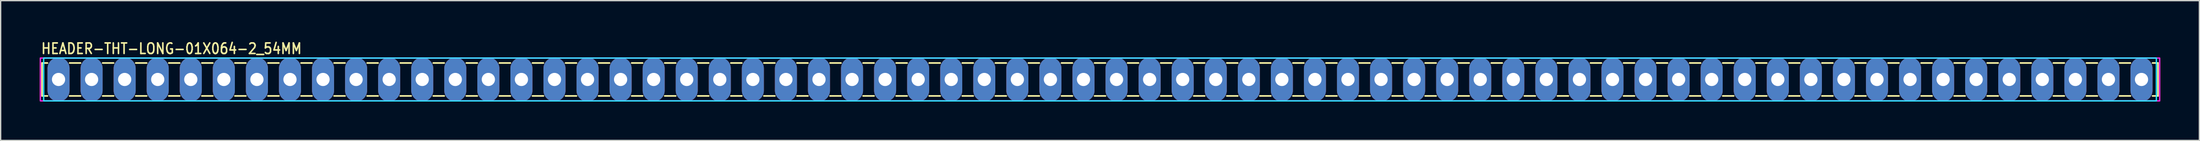
<source format=kicad_pcb>
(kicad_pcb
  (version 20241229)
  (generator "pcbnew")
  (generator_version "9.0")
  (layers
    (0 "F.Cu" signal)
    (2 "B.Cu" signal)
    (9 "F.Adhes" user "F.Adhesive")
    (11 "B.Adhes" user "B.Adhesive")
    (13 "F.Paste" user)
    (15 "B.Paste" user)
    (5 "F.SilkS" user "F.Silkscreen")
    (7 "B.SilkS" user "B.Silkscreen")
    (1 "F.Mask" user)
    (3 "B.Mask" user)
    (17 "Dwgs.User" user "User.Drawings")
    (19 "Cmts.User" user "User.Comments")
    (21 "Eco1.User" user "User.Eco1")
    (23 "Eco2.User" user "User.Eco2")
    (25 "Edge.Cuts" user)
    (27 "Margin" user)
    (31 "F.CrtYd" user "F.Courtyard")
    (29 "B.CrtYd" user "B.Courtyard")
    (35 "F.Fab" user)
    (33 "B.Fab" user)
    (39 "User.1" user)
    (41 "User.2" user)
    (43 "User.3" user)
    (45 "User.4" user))
  (footprint "HEADER-THT-LONG-01X064-2_54MM"
    (layer "F.Cu")
    (at 1.447 3.079)
    (property "Reference" "HEADER-THT-LONG-01X064-2_54MM" (at -1.4 -1.9 0) (unlocked yes) (layer "F.SilkS") (effects (font (size 0.813 0.695) (thickness 0.122)) (justify left bottom)))
    (fp_line (start -1.27 -1.27) (end -1.27 1.27) (stroke (width 0.127) (type solid)) (layer "F.SilkS"))
    (fp_line (start -1.27 1.27) (end -0.85 1.27) (stroke (width 0.127) (type solid)) (layer "F.SilkS"))
    (fp_line (start -0.85 -1.27) (end -1.27 -1.27) (stroke (width 0.127) (type solid)) (layer "F.SilkS"))
    (fp_line (start 0.85 -1.27) (end 1.69 -1.27) (stroke (width 0.127) (type solid)) (layer "F.SilkS"))
    (fp_line (start 0.85 1.27) (end 1.69 1.27) (stroke (width 0.127) (type solid)) (layer "F.SilkS"))
    (fp_line (start 3.39 -1.27) (end 4.23 -1.27) (stroke (width 0.127) (type solid)) (layer "F.SilkS"))
    (fp_line (start 3.39 1.27) (end 4.23 1.27) (stroke (width 0.127) (type solid)) (layer "F.SilkS"))
    (fp_line (start 5.93 -1.27) (end 6.77 -1.27) (stroke (width 0.127) (type solid)) (layer "F.SilkS"))
    (fp_line (start 5.93 1.27) (end 6.77 1.27) (stroke (width 0.127) (type solid)) (layer "F.SilkS"))
    (fp_line (start 8.47 -1.27) (end 9.31 -1.27) (stroke (width 0.127) (type solid)) (layer "F.SilkS"))
    (fp_line (start 8.47 1.27) (end 9.31 1.27) (stroke (width 0.127) (type solid)) (layer "F.SilkS"))
    (fp_line (start 11.01 -1.27) (end 11.85 -1.27) (stroke (width 0.127) (type solid)) (layer "F.SilkS"))
    (fp_line (start 11.01 1.27) (end 11.85 1.27) (stroke (width 0.127) (type solid)) (layer "F.SilkS"))
    (fp_line (start 13.55 -1.27) (end 14.39 -1.27) (stroke (width 0.127) (type solid)) (layer "F.SilkS"))
    (fp_line (start 13.55 1.27) (end 14.39 1.27) (stroke (width 0.127) (type solid)) (layer "F.SilkS"))
    (fp_line (start 16.09 -1.27) (end 16.93 -1.27) (stroke (width 0.127) (type solid)) (layer "F.SilkS"))
    (fp_line (start 16.09 1.27) (end 16.93 1.27) (stroke (width 0.127) (type solid)) (layer "F.SilkS"))
    (fp_line (start 18.63 -1.27) (end 19.47 -1.27) (stroke (width 0.127) (type solid)) (layer "F.SilkS"))
    (fp_line (start 18.63 1.27) (end 19.47 1.27) (stroke (width 0.127) (type solid)) (layer "F.SilkS"))
    (fp_line (start 21.17 -1.27) (end 22.01 -1.27) (stroke (width 0.127) (type solid)) (layer "F.SilkS"))
    (fp_line (start 21.17 1.27) (end 22.01 1.27) (stroke (width 0.127) (type solid)) (layer "F.SilkS"))
    (fp_line (start 23.71 -1.27) (end 24.55 -1.27) (stroke (width 0.127) (type solid)) (layer "F.SilkS"))
    (fp_line (start 23.71 1.27) (end 24.55 1.27) (stroke (width 0.127) (type solid)) (layer "F.SilkS"))
    (fp_line (start 26.25 -1.27) (end 27.09 -1.27) (stroke (width 0.127) (type solid)) (layer "F.SilkS"))
    (fp_line (start 26.25 1.27) (end 27.09 1.27) (stroke (width 0.127) (type solid)) (layer "F.SilkS"))
    (fp_line (start 28.79 -1.27) (end 29.63 -1.27) (stroke (width 0.127) (type solid)) (layer "F.SilkS"))
    (fp_line (start 28.79 1.27) (end 29.63 1.27) (stroke (width 0.127) (type solid)) (layer "F.SilkS"))
    (fp_line (start 31.33 -1.27) (end 32.17 -1.27) (stroke (width 0.127) (type solid)) (layer "F.SilkS"))
    (fp_line (start 31.33 1.27) (end 32.17 1.27) (stroke (width 0.127) (type solid)) (layer "F.SilkS"))
    (fp_line (start 33.87 -1.27) (end 34.71 -1.27) (stroke (width 0.127) (type solid)) (layer "F.SilkS"))
    (fp_line (start 33.87 1.27) (end 34.71 1.27) (stroke (width 0.127) (type solid)) (layer "F.SilkS"))
    (fp_line (start 36.41 -1.27) (end 37.25 -1.27) (stroke (width 0.127) (type solid)) (layer "F.SilkS"))
    (fp_line (start 36.41 1.27) (end 37.25 1.27) (stroke (width 0.127) (type solid)) (layer "F.SilkS"))
    (fp_line (start 38.95 -1.27) (end 39.79 -1.27) (stroke (width 0.127) (type solid)) (layer "F.SilkS"))
    (fp_line (start 38.95 1.27) (end 39.79 1.27) (stroke (width 0.127) (type solid)) (layer "F.SilkS"))
    (fp_line (start 41.49 -1.27) (end 42.33 -1.27) (stroke (width 0.127) (type solid)) (layer "F.SilkS"))
    (fp_line (start 41.49 1.27) (end 42.33 1.27) (stroke (width 0.127) (type solid)) (layer "F.SilkS"))
    (fp_line (start 44.03 -1.27) (end 44.87 -1.27) (stroke (width 0.127) (type solid)) (layer "F.SilkS"))
    (fp_line (start 44.03 1.27) (end 44.87 1.27) (stroke (width 0.127) (type solid)) (layer "F.SilkS"))
    (fp_line (start 46.57 -1.27) (end 47.41 -1.27) (stroke (width 0.127) (type solid)) (layer "F.SilkS"))
    (fp_line (start 46.57 1.27) (end 47.41 1.27) (stroke (width 0.127) (type solid)) (layer "F.SilkS"))
    (fp_line (start 49.11 -1.27) (end 49.95 -1.27) (stroke (width 0.127) (type solid)) (layer "F.SilkS"))
    (fp_line (start 49.11 1.27) (end 49.95 1.27) (stroke (width 0.127) (type solid)) (layer "F.SilkS"))
    (fp_line (start 51.65 -1.27) (end 52.49 -1.27) (stroke (width 0.127) (type solid)) (layer "F.SilkS"))
    (fp_line (start 51.65 1.27) (end 52.49 1.27) (stroke (width 0.127) (type solid)) (layer "F.SilkS"))
    (fp_line (start 54.19 -1.27) (end 55.03 -1.27) (stroke (width 0.127) (type solid)) (layer "F.SilkS"))
    (fp_line (start 54.19 1.27) (end 55.03 1.27) (stroke (width 0.127) (type solid)) (layer "F.SilkS"))
    (fp_line (start 56.73 -1.27) (end 57.57 -1.27) (stroke (width 0.127) (type solid)) (layer "F.SilkS"))
    (fp_line (start 56.73 1.27) (end 57.57 1.27) (stroke (width 0.127) (type solid)) (layer "F.SilkS"))
    (fp_line (start 59.27 -1.27) (end 60.11 -1.27) (stroke (width 0.127) (type solid)) (layer "F.SilkS"))
    (fp_line (start 59.27 1.27) (end 60.11 1.27) (stroke (width 0.127) (type solid)) (layer "F.SilkS"))
    (fp_line (start 61.81 -1.27) (end 62.65 -1.27) (stroke (width 0.127) (type solid)) (layer "F.SilkS"))
    (fp_line (start 61.81 1.27) (end 62.65 1.27) (stroke (width 0.127) (type solid)) (layer "F.SilkS"))
    (fp_line (start 64.35 -1.27) (end 65.19 -1.27) (stroke (width 0.127) (type solid)) (layer "F.SilkS"))
    (fp_line (start 64.35 1.27) (end 65.19 1.27) (stroke (width 0.127) (type solid)) (layer "F.SilkS"))
    (fp_line (start 66.89 -1.27) (end 67.73 -1.27) (stroke (width 0.127) (type solid)) (layer "F.SilkS"))
    (fp_line (start 66.89 1.27) (end 67.73 1.27) (stroke (width 0.127) (type solid)) (layer "F.SilkS"))
    (fp_line (start 69.43 -1.27) (end 70.27 -1.27) (stroke (width 0.127) (type solid)) (layer "F.SilkS"))
    (fp_line (start 69.43 1.27) (end 70.27 1.27) (stroke (width 0.127) (type solid)) (layer "F.SilkS"))
    (fp_line (start 71.97 -1.27) (end 72.81 -1.27) (stroke (width 0.127) (type solid)) (layer "F.SilkS"))
    (fp_line (start 71.97 1.27) (end 72.81 1.27) (stroke (width 0.127) (type solid)) (layer "F.SilkS"))
    (fp_line (start 74.51 -1.27) (end 75.35 -1.27) (stroke (width 0.127) (type solid)) (layer "F.SilkS"))
    (fp_line (start 74.51 1.27) (end 75.35 1.27) (stroke (width 0.127) (type solid)) (layer "F.SilkS"))
    (fp_line (start 77.05 -1.27) (end 77.89 -1.27) (stroke (width 0.127) (type solid)) (layer "F.SilkS"))
    (fp_line (start 77.05 1.27) (end 77.89 1.27) (stroke (width 0.127) (type solid)) (layer "F.SilkS"))
    (fp_line (start 79.59 -1.27) (end 80.43 -1.27) (stroke (width 0.127) (type solid)) (layer "F.SilkS"))
    (fp_line (start 79.59 1.27) (end 80.43 1.27) (stroke (width 0.127) (type solid)) (layer "F.SilkS"))
    (fp_line (start 82.13 -1.27) (end 82.97 -1.27) (stroke (width 0.127) (type solid)) (layer "F.SilkS"))
    (fp_line (start 82.13 1.27) (end 82.97 1.27) (stroke (width 0.127) (type solid)) (layer "F.SilkS"))
    (fp_line (start 84.67 -1.27) (end 85.51 -1.27) (stroke (width 0.127) (type solid)) (layer "F.SilkS"))
    (fp_line (start 84.67 1.27) (end 85.51 1.27) (stroke (width 0.127) (type solid)) (layer "F.SilkS"))
    (fp_line (start 87.21 -1.27) (end 88.05 -1.27) (stroke (width 0.127) (type solid)) (layer "F.SilkS"))
    (fp_line (start 87.21 1.27) (end 88.05 1.27) (stroke (width 0.127) (type solid)) (layer "F.SilkS"))
    (fp_line (start 89.75 -1.27) (end 90.59 -1.27) (stroke (width 0.127) (type solid)) (layer "F.SilkS"))
    (fp_line (start 89.75 1.27) (end 90.59 1.27) (stroke (width 0.127) (type solid)) (layer "F.SilkS"))
    (fp_line (start 92.29 -1.27) (end 93.13 -1.27) (stroke (width 0.127) (type solid)) (layer "F.SilkS"))
    (fp_line (start 92.29 1.27) (end 93.13 1.27) (stroke (width 0.127) (type solid)) (layer "F.SilkS"))
    (fp_line (start 94.83 -1.27) (end 95.67 -1.27) (stroke (width 0.127) (type solid)) (layer "F.SilkS"))
    (fp_line (start 94.83 1.27) (end 95.67 1.27) (stroke (width 0.127) (type solid)) (layer "F.SilkS"))
    (fp_line (start 97.37 -1.27) (end 98.21 -1.27) (stroke (width 0.127) (type solid)) (layer "F.SilkS"))
    (fp_line (start 97.37 1.27) (end 98.21 1.27) (stroke (width 0.127) (type solid)) (layer "F.SilkS"))
    (fp_line (start 99.91 -1.27) (end 100.75 -1.27) (stroke (width 0.127) (type solid)) (layer "F.SilkS"))
    (fp_line (start 99.91 1.27) (end 100.75 1.27) (stroke (width 0.127) (type solid)) (layer "F.SilkS"))
    (fp_line (start 102.45 -1.27) (end 103.29 -1.27) (stroke (width 0.127) (type solid)) (layer "F.SilkS"))
    (fp_line (start 102.45 1.27) (end 103.29 1.27) (stroke (width 0.127) (type solid)) (layer "F.SilkS"))
    (fp_line (start 104.99 -1.27) (end 105.83 -1.27) (stroke (width 0.127) (type solid)) (layer "F.SilkS"))
    (fp_line (start 104.99 1.27) (end 105.83 1.27) (stroke (width 0.127) (type solid)) (layer "F.SilkS"))
    (fp_line (start 107.53 -1.27) (end 108.37 -1.27) (stroke (width 0.127) (type solid)) (layer "F.SilkS"))
    (fp_line (start 107.53 1.27) (end 108.37 1.27) (stroke (width 0.127) (type solid)) (layer "F.SilkS"))
    (fp_line (start 110.07 -1.27) (end 110.91 -1.27) (stroke (width 0.127) (type solid)) (layer "F.SilkS"))
    (fp_line (start 110.07 1.27) (end 110.91 1.27) (stroke (width 0.127) (type solid)) (layer "F.SilkS"))
    (fp_line (start 112.61 -1.27) (end 113.45 -1.27) (stroke (width 0.127) (type solid)) (layer "F.SilkS"))
    (fp_line (start 112.61 1.27) (end 113.45 1.27) (stroke (width 0.127) (type solid)) (layer "F.SilkS"))
    (fp_line (start 115.15 -1.27) (end 115.99 -1.27) (stroke (width 0.127) (type solid)) (layer "F.SilkS"))
    (fp_line (start 115.15 1.27) (end 115.99 1.27) (stroke (width 0.127) (type solid)) (layer "F.SilkS"))
    (fp_line (start 117.69 -1.27) (end 118.53 -1.27) (stroke (width 0.127) (type solid)) (layer "F.SilkS"))
    (fp_line (start 117.69 1.27) (end 118.53 1.27) (stroke (width 0.127) (type solid)) (layer "F.SilkS"))
    (fp_line (start 120.23 -1.27) (end 121.07 -1.27) (stroke (width 0.127) (type solid)) (layer "F.SilkS"))
    (fp_line (start 120.23 1.27) (end 121.07 1.27) (stroke (width 0.127) (type solid)) (layer "F.SilkS"))
    (fp_line (start 122.77 -1.27) (end 123.61 -1.27) (stroke (width 0.127) (type solid)) (layer "F.SilkS"))
    (fp_line (start 122.77 1.27) (end 123.61 1.27) (stroke (width 0.127) (type solid)) (layer "F.SilkS"))
    (fp_line (start 125.31 -1.27) (end 126.15 -1.27) (stroke (width 0.127) (type solid)) (layer "F.SilkS"))
    (fp_line (start 125.31 1.27) (end 126.15 1.27) (stroke (width 0.127) (type solid)) (layer "F.SilkS"))
    (fp_line (start 127.85 -1.27) (end 128.69 -1.27) (stroke (width 0.127) (type solid)) (layer "F.SilkS"))
    (fp_line (start 127.85 1.27) (end 128.69 1.27) (stroke (width 0.127) (type solid)) (layer "F.SilkS"))
    (fp_line (start 130.39 -1.27) (end 131.23 -1.27) (stroke (width 0.127) (type solid)) (layer "F.SilkS"))
    (fp_line (start 130.39 1.27) (end 131.23 1.27) (stroke (width 0.127) (type solid)) (layer "F.SilkS"))
    (fp_line (start 132.93 -1.27) (end 133.77 -1.27) (stroke (width 0.127) (type solid)) (layer "F.SilkS"))
    (fp_line (start 132.93 1.27) (end 133.77 1.27) (stroke (width 0.127) (type solid)) (layer "F.SilkS"))
    (fp_line (start 135.47 -1.27) (end 136.31 -1.27) (stroke (width 0.127) (type solid)) (layer "F.SilkS"))
    (fp_line (start 135.47 1.27) (end 136.31 1.27) (stroke (width 0.127) (type solid)) (layer "F.SilkS"))
    (fp_line (start 138.01 -1.27) (end 138.85 -1.27) (stroke (width 0.127) (type solid)) (layer "F.SilkS"))
    (fp_line (start 138.01 1.27) (end 138.85 1.27) (stroke (width 0.127) (type solid)) (layer "F.SilkS"))
    (fp_line (start 140.55 -1.27) (end 141.39 -1.27) (stroke (width 0.127) (type solid)) (layer "F.SilkS"))
    (fp_line (start 140.55 1.27) (end 141.39 1.27) (stroke (width 0.127) (type solid)) (layer "F.SilkS"))
    (fp_line (start 143.09 -1.27) (end 143.93 -1.27) (stroke (width 0.127) (type solid)) (layer "F.SilkS"))
    (fp_line (start 143.09 1.27) (end 143.93 1.27) (stroke (width 0.127) (type solid)) (layer "F.SilkS"))
    (fp_line (start 145.63 -1.27) (end 146.47 -1.27) (stroke (width 0.127) (type solid)) (layer "F.SilkS"))
    (fp_line (start 145.63 1.27) (end 146.47 1.27) (stroke (width 0.127) (type solid)) (layer "F.SilkS"))
    (fp_line (start 148.17 -1.27) (end 149.01 -1.27) (stroke (width 0.127) (type solid)) (layer "F.SilkS"))
    (fp_line (start 148.17 1.27) (end 149.01 1.27) (stroke (width 0.127) (type solid)) (layer "F.SilkS"))
    (fp_line (start 150.71 -1.27) (end 151.55 -1.27) (stroke (width 0.127) (type solid)) (layer "F.SilkS"))
    (fp_line (start 150.71 1.27) (end 151.55 1.27) (stroke (width 0.127) (type solid)) (layer "F.SilkS"))
    (fp_line (start 153.25 -1.27) (end 154.09 -1.27) (stroke (width 0.127) (type solid)) (layer "F.SilkS"))
    (fp_line (start 153.25 1.27) (end 154.09 1.27) (stroke (width 0.127) (type solid)) (layer "F.SilkS"))
    (fp_line (start 155.79 -1.27) (end 156.63 -1.27) (stroke (width 0.127) (type solid)) (layer "F.SilkS"))
    (fp_line (start 155.79 1.27) (end 156.63 1.27) (stroke (width 0.127) (type solid)) (layer "F.SilkS"))
    (fp_line (start 158.33 -1.27) (end 159.17 -1.27) (stroke (width 0.127) (type solid)) (layer "F.SilkS"))
    (fp_line (start 158.33 1.27) (end 159.17 1.27) (stroke (width 0.127) (type solid)) (layer "F.SilkS"))
    (fp_line (start 160.87 -1.27) (end 161.29 -1.27) (stroke (width 0.127) (type solid)) (layer "F.SilkS"))
    (fp_line (start 161.29 -1.27) (end 161.29 1.27) (stroke (width 0.127) (type solid)) (layer "F.SilkS"))
    (fp_line (start 161.29 1.27) (end 160.87 1.27) (stroke (width 0.127) (type solid)) (layer "F.SilkS"))
    (fp_poly (pts (xy -1.143 -1.651) (xy 161.163 -1.651) (xy 161.163 1.651) (xy -1.143 1.651)) (stroke (width 0.1) (type solid)) (fill no) (layer "B.CrtYd"))
    (fp_poly (pts (xy -1.397 -1.651) (xy 161.417 -1.651) (xy 161.417 1.651) (xy -1.397 1.651)) (stroke (width 0.1) (type solid)) (fill no) (layer "F.CrtYd"))
    (pad "1" thru_hole oval (at 0 0 90) (size 3.387 1.693) (drill 1.016) (layers "*.Cu" "*.Mask"))
    (pad "2" thru_hole oval (at 2.54 0 90) (size 3.387 1.693) (drill 1.016) (layers "*.Cu" "*.Mask"))
    (pad "3" thru_hole oval (at 5.08 0 90) (size 3.387 1.693) (drill 1.016) (layers "*.Cu" "*.Mask"))
    (pad "4" thru_hole oval (at 7.62 0 90) (size 3.387 1.693) (drill 1.016) (layers "*.Cu" "*.Mask"))
    (pad "5" thru_hole oval (at 10.16 0 90) (size 3.387 1.693) (drill 1.016) (layers "*.Cu" "*.Mask"))
    (pad "6" thru_hole oval (at 12.7 0 90) (size 3.387 1.693) (drill 1.016) (layers "*.Cu" "*.Mask"))
    (pad "7" thru_hole oval (at 15.24 0 90) (size 3.387 1.693) (drill 1.016) (layers "*.Cu" "*.Mask"))
    (pad "8" thru_hole oval (at 17.78 0 90) (size 3.387 1.693) (drill 1.016) (layers "*.Cu" "*.Mask"))
    (pad "9" thru_hole oval (at 20.32 0 90) (size 3.387 1.693) (drill 1.016) (layers "*.Cu" "*.Mask"))
    (pad "10" thru_hole oval (at 22.86 0 90) (size 3.387 1.693) (drill 1.016) (layers "*.Cu" "*.Mask"))
    (pad "11" thru_hole oval (at 25.4 0 90) (size 3.387 1.693) (drill 1.016) (layers "*.Cu" "*.Mask"))
    (pad "12" thru_hole oval (at 27.94 0 90) (size 3.387 1.693) (drill 1.016) (layers "*.Cu" "*.Mask"))
    (pad "13" thru_hole oval (at 30.48 0 90) (size 3.387 1.693) (drill 1.016) (layers "*.Cu" "*.Mask"))
    (pad "14" thru_hole oval (at 33.02 0 90) (size 3.387 1.693) (drill 1.016) (layers "*.Cu" "*.Mask"))
    (pad "15" thru_hole oval (at 35.56 0 90) (size 3.387 1.693) (drill 1.016) (layers "*.Cu" "*.Mask"))
    (pad "16" thru_hole oval (at 38.1 0 90) (size 3.387 1.693) (drill 1.016) (layers "*.Cu" "*.Mask"))
    (pad "17" thru_hole oval (at 40.64 0 90) (size 3.387 1.693) (drill 1.016) (layers "*.Cu" "*.Mask"))
    (pad "18" thru_hole oval (at 43.18 0 90) (size 3.387 1.693) (drill 1.016) (layers "*.Cu" "*.Mask"))
    (pad "19" thru_hole oval (at 45.72 0 90) (size 3.387 1.693) (drill 1.016) (layers "*.Cu" "*.Mask"))
    (pad "20" thru_hole oval (at 48.26 0 90) (size 3.387 1.693) (drill 1.016) (layers "*.Cu" "*.Mask"))
    (pad "21" thru_hole oval (at 50.8 0 90) (size 3.387 1.693) (drill 1.016) (layers "*.Cu" "*.Mask"))
    (pad "22" thru_hole oval (at 53.34 0 90) (size 3.387 1.693) (drill 1.016) (layers "*.Cu" "*.Mask"))
    (pad "23" thru_hole oval (at 55.88 0 90) (size 3.387 1.693) (drill 1.016) (layers "*.Cu" "*.Mask"))
    (pad "24" thru_hole oval (at 58.42 0 90) (size 3.387 1.693) (drill 1.016) (layers "*.Cu" "*.Mask"))
    (pad "25" thru_hole oval (at 60.96 0 90) (size 3.387 1.693) (drill 1.016) (layers "*.Cu" "*.Mask"))
    (pad "26" thru_hole oval (at 63.5 0 90) (size 3.387 1.693) (drill 1.016) (layers "*.Cu" "*.Mask"))
    (pad "27" thru_hole oval (at 66.04 0 90) (size 3.387 1.693) (drill 1.016) (layers "*.Cu" "*.Mask"))
    (pad "28" thru_hole oval (at 68.58 0 90) (size 3.387 1.693) (drill 1.016) (layers "*.Cu" "*.Mask"))
    (pad "29" thru_hole oval (at 71.12 0 90) (size 3.387 1.693) (drill 1.016) (layers "*.Cu" "*.Mask"))
    (pad "30" thru_hole oval (at 73.66 0 90) (size 3.387 1.693) (drill 1.016) (layers "*.Cu" "*.Mask"))
    (pad "31" thru_hole oval (at 76.2 0 90) (size 3.387 1.693) (drill 1.016) (layers "*.Cu" "*.Mask"))
    (pad "32" thru_hole oval (at 78.74 0 90) (size 3.387 1.693) (drill 1.016) (layers "*.Cu" "*.Mask"))
    (pad "33" thru_hole oval (at 81.28 0 90) (size 3.387 1.693) (drill 1.016) (layers "*.Cu" "*.Mask"))
    (pad "34" thru_hole oval (at 83.82 0 90) (size 3.387 1.693) (drill 1.016) (layers "*.Cu" "*.Mask"))
    (pad "35" thru_hole oval (at 86.36 0 90) (size 3.387 1.693) (drill 1.016) (layers "*.Cu" "*.Mask"))
    (pad "36" thru_hole oval (at 88.9 0 90) (size 3.387 1.693) (drill 1.016) (layers "*.Cu" "*.Mask"))
    (pad "37" thru_hole oval (at 91.44 0 90) (size 3.387 1.693) (drill 1.016) (layers "*.Cu" "*.Mask"))
    (pad "38" thru_hole oval (at 93.98 0 90) (size 3.387 1.693) (drill 1.016) (layers "*.Cu" "*.Mask"))
    (pad "39" thru_hole oval (at 96.52 0 90) (size 3.387 1.693) (drill 1.016) (layers "*.Cu" "*.Mask"))
    (pad "40" thru_hole oval (at 99.06 0 90) (size 3.387 1.693) (drill 1.016) (layers "*.Cu" "*.Mask"))
    (pad "41" thru_hole oval (at 101.6 0 90) (size 3.387 1.693) (drill 1.016) (layers "*.Cu" "*.Mask"))
    (pad "42" thru_hole oval (at 104.14 0 90) (size 3.387 1.693) (drill 1.016) (layers "*.Cu" "*.Mask"))
    (pad "43" thru_hole oval (at 106.68 0 90) (size 3.387 1.693) (drill 1.016) (layers "*.Cu" "*.Mask"))
    (pad "44" thru_hole oval (at 109.22 0 90) (size 3.387 1.693) (drill 1.016) (layers "*.Cu" "*.Mask"))
    (pad "45" thru_hole oval (at 111.76 0 90) (size 3.387 1.693) (drill 1.016) (layers "*.Cu" "*.Mask"))
    (pad "46" thru_hole oval (at 114.3 0 90) (size 3.387 1.693) (drill 1.016) (layers "*.Cu" "*.Mask"))
    (pad "47" thru_hole oval (at 116.84 0 90) (size 3.387 1.693) (drill 1.016) (layers "*.Cu" "*.Mask"))
    (pad "48" thru_hole oval (at 119.38 0 90) (size 3.387 1.693) (drill 1.016) (layers "*.Cu" "*.Mask"))
    (pad "49" thru_hole oval (at 121.92 0 90) (size 3.387 1.693) (drill 1.016) (layers "*.Cu" "*.Mask"))
    (pad "50" thru_hole oval (at 124.46 0 90) (size 3.387 1.693) (drill 1.016) (layers "*.Cu" "*.Mask"))
    (pad "51" thru_hole oval (at 127 0 90) (size 3.387 1.693) (drill 1.016) (layers "*.Cu" "*.Mask"))
    (pad "52" thru_hole oval (at 129.54 0 90) (size 3.387 1.693) (drill 1.016) (layers "*.Cu" "*.Mask"))
    (pad "53" thru_hole oval (at 132.08 0 90) (size 3.387 1.693) (drill 1.016) (layers "*.Cu" "*.Mask"))
    (pad "54" thru_hole oval (at 134.62 0 90) (size 3.387 1.693) (drill 1.016) (layers "*.Cu" "*.Mask"))
    (pad "55" thru_hole oval (at 137.16 0 90) (size 3.387 1.693) (drill 1.016) (layers "*.Cu" "*.Mask"))
    (pad "56" thru_hole oval (at 139.7 0 90) (size 3.387 1.693) (drill 1.016) (layers "*.Cu" "*.Mask"))
    (pad "57" thru_hole oval (at 142.24 0 90) (size 3.387 1.693) (drill 1.016) (layers "*.Cu" "*.Mask"))
    (pad "58" thru_hole oval (at 144.78 0 90) (size 3.387 1.693) (drill 1.016) (layers "*.Cu" "*.Mask"))
    (pad "59" thru_hole oval (at 147.32 0 90) (size 3.387 1.693) (drill 1.016) (layers "*.Cu" "*.Mask"))
    (pad "60" thru_hole oval (at 149.86 0 90) (size 3.387 1.693) (drill 1.016) (layers "*.Cu" "*.Mask"))
    (pad "61" thru_hole oval (at 152.4 0 90) (size 3.387 1.693) (drill 1.016) (layers "*.Cu" "*.Mask"))
    (pad "62" thru_hole oval (at 154.94 0 90) (size 3.387 1.693) (drill 1.016) (layers "*.Cu" "*.Mask"))
    (pad "63" thru_hole oval (at 157.48 0 90) (size 3.387 1.693) (drill 1.016) (layers "*.Cu" "*.Mask"))
    (pad "64" thru_hole oval (at 160.02 0 90) (size 3.387 1.693) (drill 1.016) (layers "*.Cu" "*.Mask")))
  (gr_rect
    (start -3 -3)
    (end 165.914 7.78)
    (stroke (width 0.1) (type default))
    (fill no)
    (layer "Edge.Cuts")))
</source>
